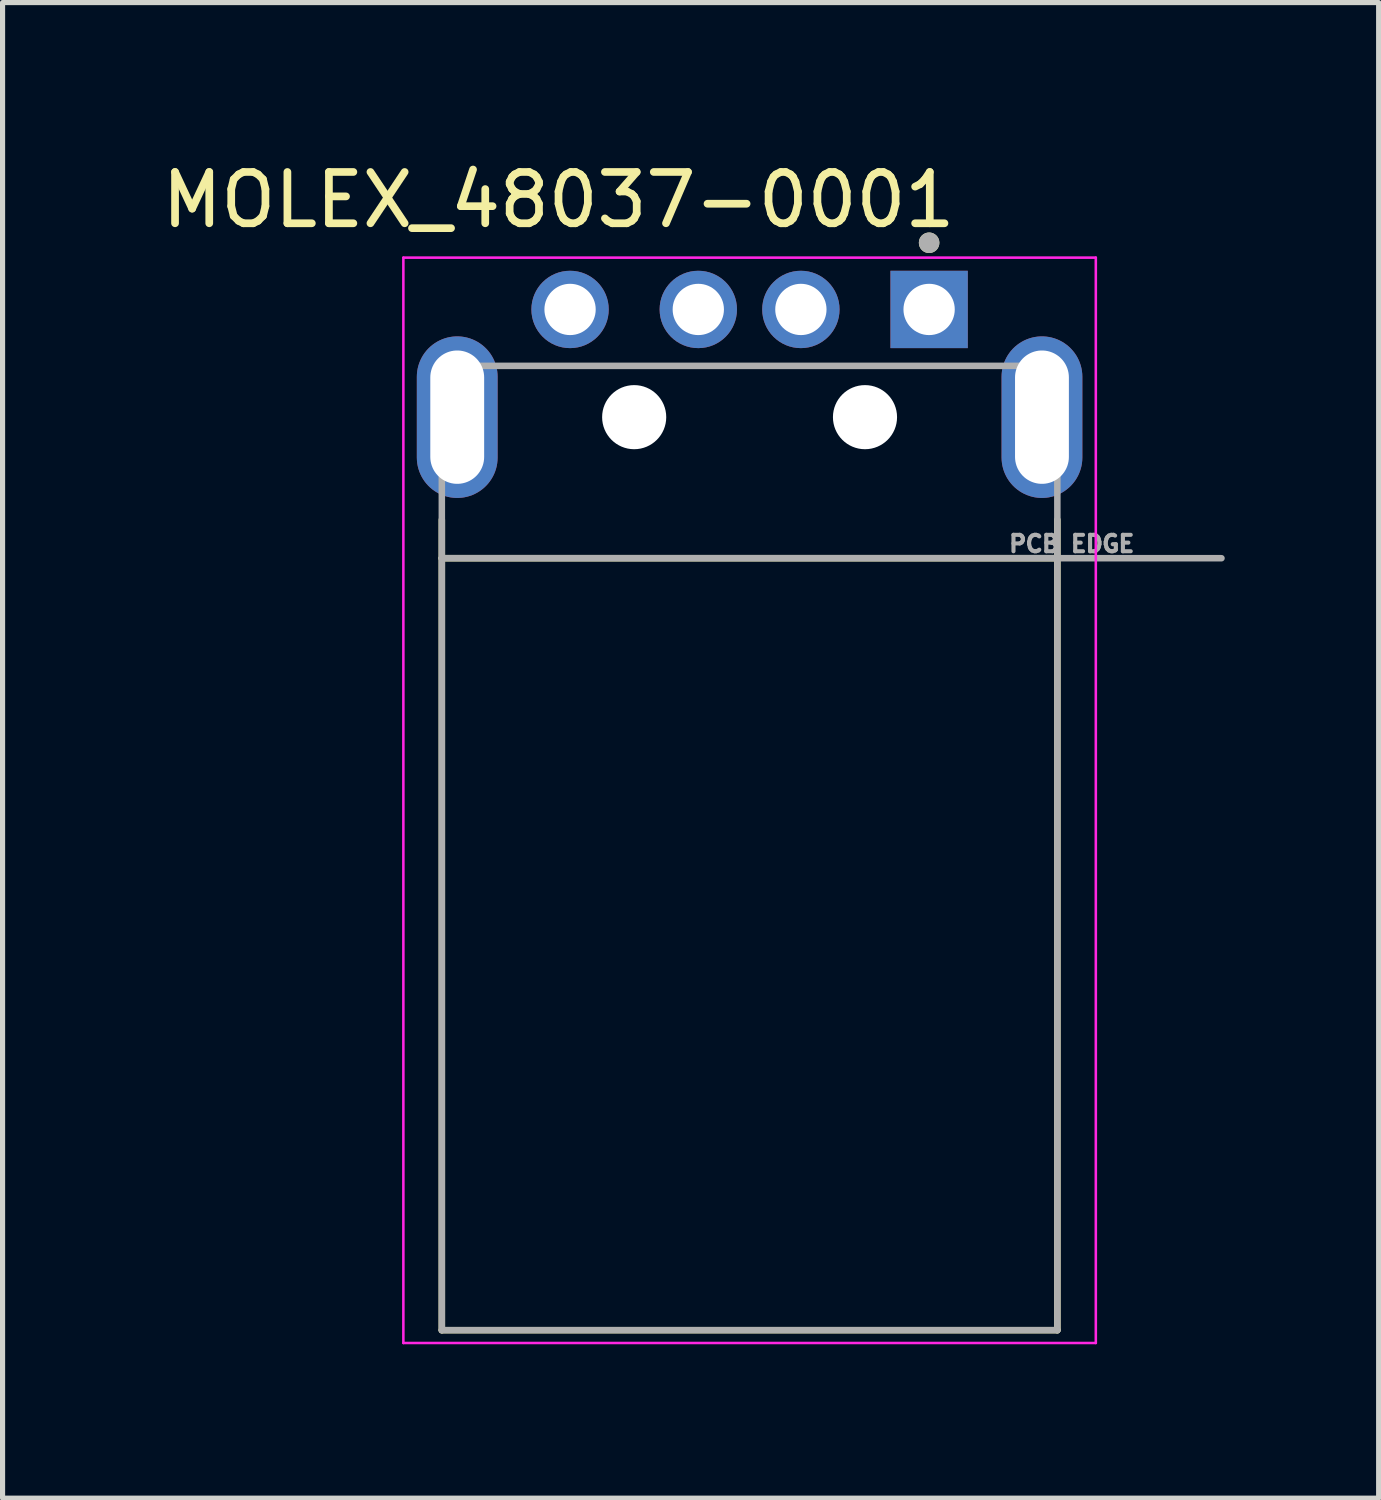
<source format=kicad_pcb>
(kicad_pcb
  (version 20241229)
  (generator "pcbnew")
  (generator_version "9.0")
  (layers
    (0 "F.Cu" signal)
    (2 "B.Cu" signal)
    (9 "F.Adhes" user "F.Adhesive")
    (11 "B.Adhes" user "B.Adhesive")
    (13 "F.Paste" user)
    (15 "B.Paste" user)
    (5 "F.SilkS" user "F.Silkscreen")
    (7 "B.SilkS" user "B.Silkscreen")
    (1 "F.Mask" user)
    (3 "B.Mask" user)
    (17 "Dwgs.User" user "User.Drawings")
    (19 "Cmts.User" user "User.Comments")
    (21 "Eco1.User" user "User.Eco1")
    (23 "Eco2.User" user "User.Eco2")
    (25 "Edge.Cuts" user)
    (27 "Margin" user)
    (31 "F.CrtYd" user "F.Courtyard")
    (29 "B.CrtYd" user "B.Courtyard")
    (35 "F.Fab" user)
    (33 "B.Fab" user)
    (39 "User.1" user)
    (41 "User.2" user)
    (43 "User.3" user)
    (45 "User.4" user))
  (footprint "MOLEX_48037-0001"
    (layer "F.Cu")
    (at 11.564 5.083)
    (property "Reference" "MOLEX_48037-0001" (at -3.725 -4.235 0) (layer "F.SilkS") (effects (font (size 1 1) (thickness 0.15))))
    (attr through_hole)
    (fp_line (start -6 2) (end -6 2.75) (stroke (width 0.127) (type solid)) (layer "F.SilkS"))
    (fp_line (start -6 2.75) (end -6 17.8) (stroke (width 0.127) (type solid)) (layer "F.SilkS"))
    (fp_line (start -6 2.75) (end 6 2.75) (stroke (width 0.127) (type solid)) (layer "F.SilkS"))
    (fp_line (start -6 17.8) (end 6 17.8) (stroke (width 0.127) (type solid)) (layer "F.SilkS"))
    (fp_line (start 6 2.75) (end 6 2) (stroke (width 0.127) (type solid)) (layer "F.SilkS"))
    (fp_line (start 6 17.8) (end 6 2.75) (stroke (width 0.127) (type solid)) (layer "F.SilkS"))
    (fp_circle (center 3.5 -3.4) (end 3.6 -3.4) (stroke (width 0.2) (type solid)) (fill no) (layer "F.SilkS"))
    (fp_line (start -6.75 -3.11) (end -6.75 18.05) (stroke (width 0.05) (type solid)) (layer "F.CrtYd"))
    (fp_line (start -6.75 18.05) (end 6.75 18.05) (stroke (width 0.05) (type solid)) (layer "F.CrtYd"))
    (fp_line (start 6.75 -3.11) (end -6.75 -3.11) (stroke (width 0.05) (type solid)) (layer "F.CrtYd"))
    (fp_line (start 6.75 18.05) (end 6.75 -3.11) (stroke (width 0.05) (type solid)) (layer "F.CrtYd"))
    (fp_line (start -6 -1) (end -6 2.75) (stroke (width 0.127) (type solid)) (layer "F.Fab"))
    (fp_line (start -6 2.75) (end -6 17.8) (stroke (width 0.127) (type solid)) (layer "F.Fab"))
    (fp_line (start -6 2.75) (end 6 2.75) (stroke (width 0.127) (type solid)) (layer "F.Fab"))
    (fp_line (start -6 17.8) (end 6 17.8) (stroke (width 0.127) (type solid)) (layer "F.Fab"))
    (fp_line (start 6 -1) (end -6 -1) (stroke (width 0.127) (type solid)) (layer "F.Fab"))
    (fp_line (start 6 2.75) (end 6 -1) (stroke (width 0.127) (type solid)) (layer "F.Fab"))
    (fp_line (start 6 2.75) (end 9.2 2.75) (stroke (width 0.127) (type solid)) (layer "F.Fab"))
    (fp_line (start 6 17.8) (end 6 2.75) (stroke (width 0.127) (type solid)) (layer "F.Fab"))
    (fp_circle (center 3.5 -3.4) (end 3.6 -3.4) (stroke (width 0.2) (type solid)) (fill no) (layer "F.Fab"))
    (fp_text user "PCB EDGE" (at 6.28 2.47 0) (layer "F.Fab") (effects (font (size 0.32 0.32) (thickness 0.15))))
    (pad "" np_thru_hole circle (at -2.25 0) (size 1.25 1.25) (drill 1.25) (layers "*.Cu" "*.Mask"))
    (pad "" np_thru_hole circle (at 2.25 0) (size 1.25 1.25) (drill 1.25) (layers "*.Cu" "*.Mask"))
    (pad "1" thru_hole rect (at 3.5 -2.1) (size 1.508 1.508) (drill 1) (layers "*.Cu" "*.Mask"))
    (pad "2" thru_hole circle (at 1 -2.1) (size 1.508 1.508) (drill 1) (layers "*.Cu" "*.Mask"))
    (pad "3" thru_hole circle (at -1 -2.1) (size 1.508 1.508) (drill 1) (layers "*.Cu" "*.Mask"))
    (pad "4" thru_hole circle (at -3.5 -2.1) (size 1.508 1.508) (drill 1) (layers "*.Cu" "*.Mask"))
    (pad "S1" thru_hole oval (at 5.7 0) (size 1.575 3.15) (drill oval 1.05 2.6) (layers "*.Cu" "*.Mask"))
    (pad "S2" thru_hole oval (at -5.7 0) (size 1.575 3.15) (drill oval 1.05 2.6) (layers "*.Cu" "*.Mask")))
  (gr_rect
    (start -3 -3)
    (end 23.828 26.158)
    (stroke (width 0.1) (type default))
    (fill no)
    (layer "Edge.Cuts")))
</source>
